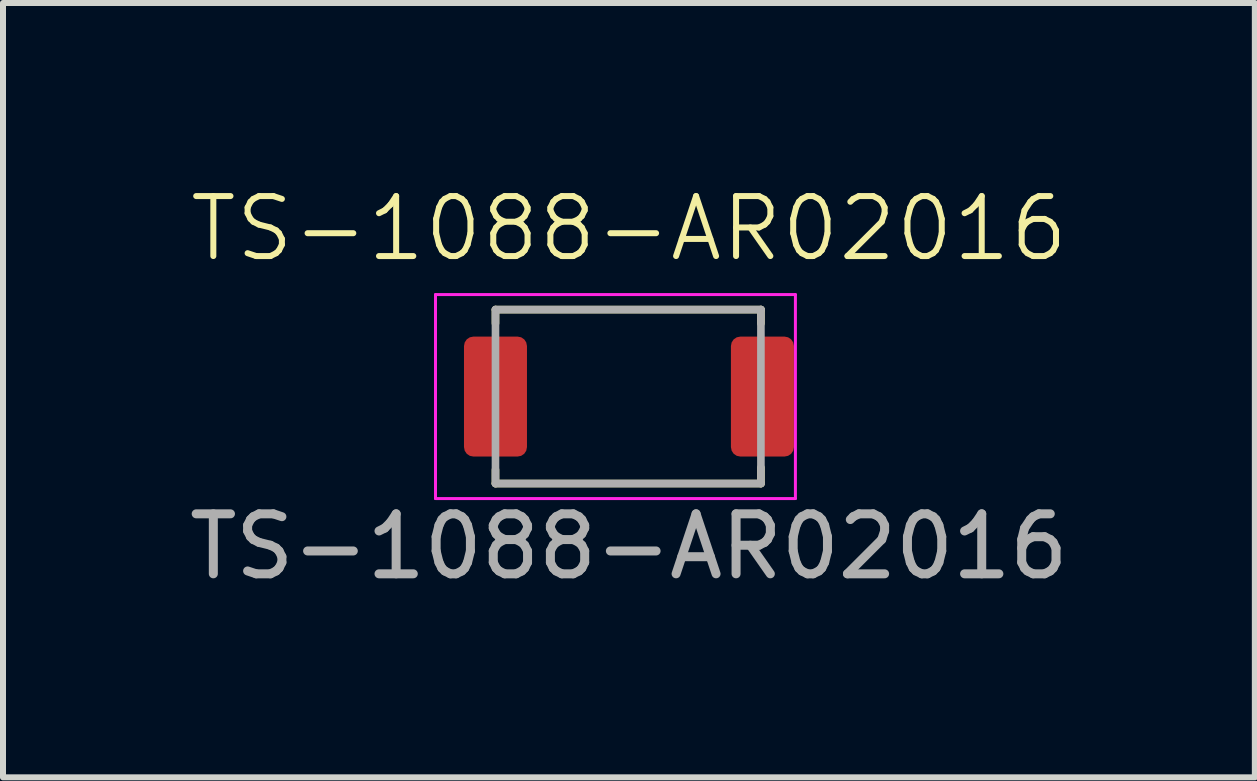
<source format=kicad_pcb>
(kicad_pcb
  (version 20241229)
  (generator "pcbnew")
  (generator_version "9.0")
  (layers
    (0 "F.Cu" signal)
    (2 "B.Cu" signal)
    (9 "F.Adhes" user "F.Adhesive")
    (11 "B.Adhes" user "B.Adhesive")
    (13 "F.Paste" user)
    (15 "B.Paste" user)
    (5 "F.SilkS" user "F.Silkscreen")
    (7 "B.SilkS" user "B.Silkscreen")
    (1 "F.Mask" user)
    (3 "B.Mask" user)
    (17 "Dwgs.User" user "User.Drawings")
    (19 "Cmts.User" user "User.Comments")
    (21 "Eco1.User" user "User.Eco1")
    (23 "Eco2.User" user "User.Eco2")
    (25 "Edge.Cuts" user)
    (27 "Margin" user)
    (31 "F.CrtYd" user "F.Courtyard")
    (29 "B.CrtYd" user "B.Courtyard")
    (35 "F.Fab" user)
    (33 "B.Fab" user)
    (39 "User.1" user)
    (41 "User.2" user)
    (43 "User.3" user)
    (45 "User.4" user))
  (footprint "TS-1088-AR02016"
    (layer "F.Cu")
    (at 7.435 3.561)
    (property "Reference" "TS-1088-AR02016" (at 0 -2.8 0) (unlocked yes) (layer "F.SilkS") (effects (font (size 1 1) (thickness 0.1))))
    (attr smd)
    (fp_line (start -2.225 -1.45) (end 2.2 -1.45) (stroke (width 0.127) (type solid)) (layer "F.SilkS"))
    (fp_line (start -2.225 -1.22) (end -2.225 -1.45) (stroke (width 0.127) (type solid)) (layer "F.SilkS"))
    (fp_line (start -2.225 1.45) (end -2.225 1.22) (stroke (width 0.127) (type solid)) (layer "F.SilkS"))
    (fp_line (start 2.2 -1.45) (end 2.2 -1.22) (stroke (width 0.127) (type solid)) (layer "F.SilkS"))
    (fp_line (start 2.2 1.45) (end -2.225 1.45) (stroke (width 0.127) (type solid)) (layer "F.SilkS"))
    (fp_line (start 2.2 1.45) (end 2.2 1.185) (stroke (width 0.127) (type solid)) (layer "F.SilkS"))
    (fp_line (start -3.225 -1.7) (end -3.225 1.7) (stroke (width 0.05) (type solid)) (layer "F.CrtYd"))
    (fp_line (start -3.225 1.7) (end 2.775 1.7) (stroke (width 0.05) (type solid)) (layer "F.CrtYd"))
    (fp_line (start 2.775 -1.7) (end -3.225 -1.7) (stroke (width 0.05) (type solid)) (layer "F.CrtYd"))
    (fp_line (start 2.775 1.7) (end 2.775 -1.7) (stroke (width 0.05) (type solid)) (layer "F.CrtYd"))
    (fp_line (start -2.225 -1.45) (end 2.2 -1.45) (stroke (width 0.127) (type solid)) (layer "F.Fab"))
    (fp_line (start -2.225 1.45) (end -2.225 -1.45) (stroke (width 0.127) (type solid)) (layer "F.Fab"))
    (fp_line (start 2.2 -1.45) (end 2.2 1.45) (stroke (width 0.127) (type solid)) (layer "F.Fab"))
    (fp_line (start 2.2 1.45) (end -2.225 1.45) (stroke (width 0.127) (type solid)) (layer "F.Fab"))
    (fp_text user "${REFERENCE}" (at 0 2.5 0) (unlocked yes) (layer "F.Fab") (effects (font (size 1 1) (thickness 0.15))))
    (pad "1" smd roundrect (at -2.225 0 180) (size 1.05 2) (layers "F.Cu" "F.Mask" "F.Paste") (roundrect_rratio 0.15))
    (pad "2" smd roundrect (at 2.225 0 180) (size 1.05 2) (layers "F.Cu" "F.Mask" "F.Paste") (roundrect_rratio 0.15)))
  (gr_rect
    (start -3 -3)
    (end 17.869 9.909)
    (stroke (width 0.1) (type default))
    (fill no)
    (layer "Edge.Cuts")))
</source>
